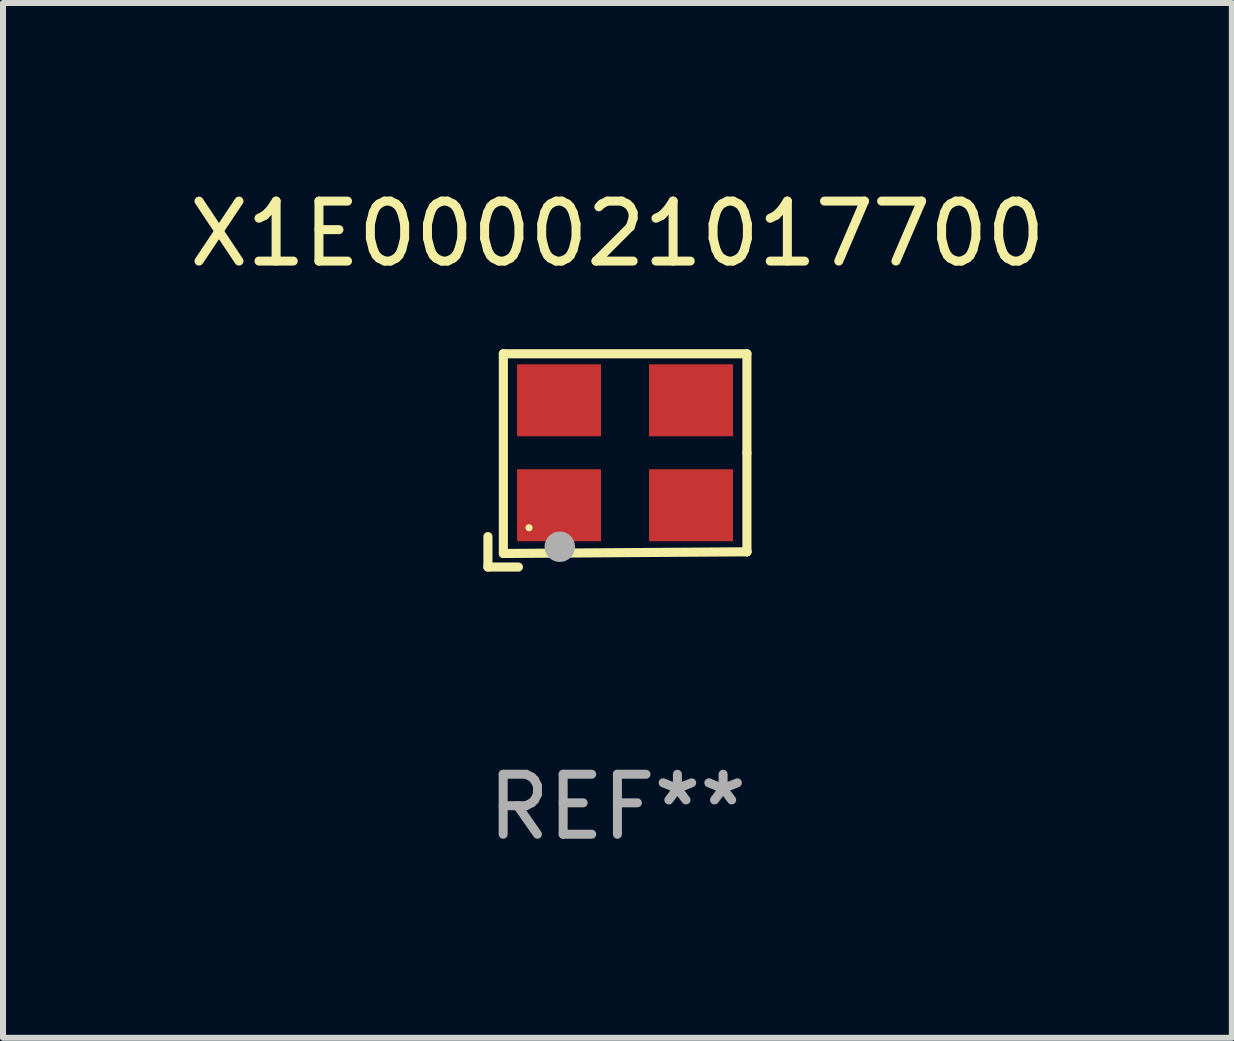
<source format=kicad_pcb>
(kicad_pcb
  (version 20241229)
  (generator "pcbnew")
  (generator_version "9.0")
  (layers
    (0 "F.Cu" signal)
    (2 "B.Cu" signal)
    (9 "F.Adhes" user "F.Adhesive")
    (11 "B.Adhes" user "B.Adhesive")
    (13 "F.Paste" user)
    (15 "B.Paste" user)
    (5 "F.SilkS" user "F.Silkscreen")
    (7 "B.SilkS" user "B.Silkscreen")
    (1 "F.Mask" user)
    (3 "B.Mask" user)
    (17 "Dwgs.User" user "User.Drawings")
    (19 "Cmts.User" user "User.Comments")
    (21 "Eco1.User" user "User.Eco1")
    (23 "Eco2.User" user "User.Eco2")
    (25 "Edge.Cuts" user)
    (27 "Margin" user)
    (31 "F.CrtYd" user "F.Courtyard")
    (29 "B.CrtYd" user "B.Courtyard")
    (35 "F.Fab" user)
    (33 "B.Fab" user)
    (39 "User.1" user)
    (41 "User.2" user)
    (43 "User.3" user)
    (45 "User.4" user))
  (footprint "X1E000021017700"
    (layer "F.Cu")
    (at 7.244 4.626)
    (property "Reference" "X1E000021017700" (at 0 -3.778 0) (layer "F.SilkS") (effects (font (size 1 1) (thickness 0.15))))
    (attr through_hole)
    (fp_line (start -2.159 1.27) (end -2.159 1.778) (stroke (width 0.152) (type solid)) (layer "F.SilkS"))
    (fp_line (start -2.159 1.778) (end -1.651 1.778) (stroke (width 0.152) (type solid)) (layer "F.SilkS"))
    (fp_line (start -1.902 -1.778) (end 2.159 -1.778) (stroke (width 0.152) (type solid)) (layer "F.SilkS"))
    (fp_line (start -1.902 1.552) (end -1.902 -1.778) (stroke (width 0.152) (type solid)) (layer "F.SilkS"))
    (fp_line (start 2.159 -1.778) (end 2.159 -0.127) (stroke (width 0.152) (type solid)) (layer "F.SilkS"))
    (fp_line (start 2.159 -0.127) (end 2.159 1.524) (stroke (width 0.152) (type solid)) (layer "F.SilkS"))
    (fp_line (start 2.159 1.524) (end -1.902 1.552) (stroke (width 0.152) (type solid)) (layer "F.SilkS"))
    (fp_line (start 2.159 1.524) (end 2.159 1.524) (stroke (width 0.152) (type solid)) (layer "F.SilkS"))
    (fp_circle (center -1.473 1.123) (end -1.443 1.123) (stroke (width 0.06) (type solid)) (fill no) (layer "F.SilkS"))
    (fp_circle (center -0.961 1.44) (end -0.834 1.44) (stroke (width 0.254) (type solid)) (fill no) (layer "F.Fab"))
    (fp_text user "REF**" (at 0 5.778 0) (layer "F.Fab") (effects (font (size 1 1) (thickness 0.15))))
    (pad "1" smd rect (at -0.973 0.748) (size 1.4 1.2) (layers "F.Cu" "F.Mask" "F.Paste"))
    (pad "2" smd rect (at 1.227 0.748) (size 1.4 1.2) (layers "F.Cu" "F.Mask" "F.Paste"))
    (pad "3" smd rect (at 1.227 -1.002) (size 1.4 1.2) (layers "F.Cu" "F.Mask" "F.Paste"))
    (pad "4" smd rect (at -0.973 -1.002) (size 1.4 1.2) (layers "F.Cu" "F.Mask" "F.Paste")))
  (gr_rect
    (start -3 -3)
    (end 17.488 14.253)
    (stroke (width 0.1) (type default))
    (fill no)
    (layer "Edge.Cuts")))
</source>
